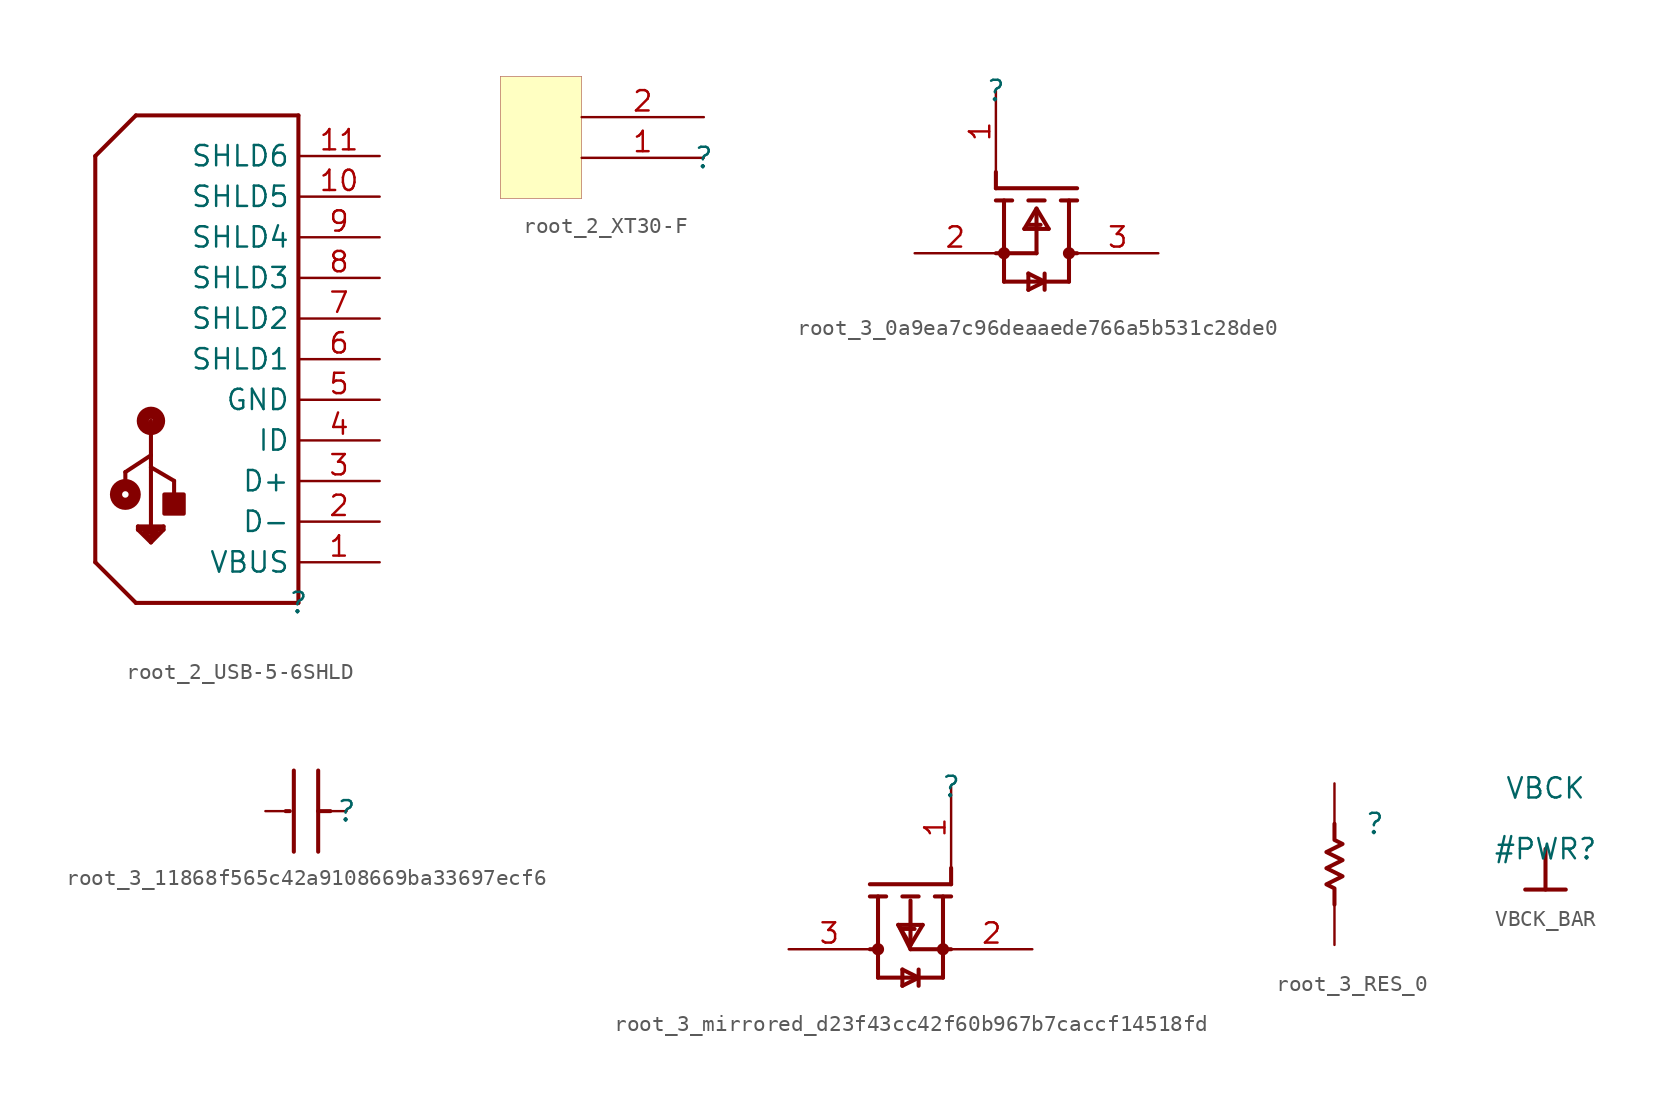
<source format=kicad_sym>
(kicad_symbol_lib
  (version 20231120)
  (generator "kicad_symbol_editor")
  (generator_version "8.0")
  (symbol "root_2_USB-5-6SHLD"
    (property "Reference" ""
      (at 0 0 0)
      (effects (font (size 1.27 1.27))))
    (property "Value" ""
      (at 0 0 0)
      (effects (font (size 1.27 1.27))))
    (symbol "root_2_USB-5-6SHLD_1_0"
      (circle (center -10.82 6.78) (radius 0.203) (stroke (width 0.762) (type solid)) (fill (type none)))
      (circle (center -9.22 11.38) (radius 0.508) (stroke (width 0.762) (type solid)) (fill (type none)))
      (rectangle (start -7.17 6.78) (end -8.382 5.58) (stroke (width 0.254) (type solid)) (fill (type outline)))
      (polyline (pts (xy -12.7 27.94) (xy -12.7 2.54)) (stroke (width 0.254) (type solid)) (fill (type none)))
      (polyline (pts (xy -12.7 27.94) (xy -10.16 30.48)) (stroke (width 0.254) (type solid)) (fill (type none)))
      (polyline (pts (xy -10.82 8.18) (xy -10.82 7.18)) (stroke (width 0.254) (type solid)) (fill (type none)))
      (polyline (pts (xy -10.16 0) (xy -12.7 2.54)) (stroke (width 0.254) (type solid)) (fill (type none)))
      (polyline (pts (xy -10.16 0) (xy 0 0)) (stroke (width 0.254) (type solid)) (fill (type none)))
      (polyline (pts (xy -10.033 4.58) (xy -9.22 3.78)) (stroke (width 0.254) (type solid)) (fill (type none)))
      (polyline (pts (xy -10.033 4.58) (xy -8.636 4.58)) (stroke (width 0.254) (type solid)) (fill (type none)))
      (polyline (pts (xy -10.033 4.78) (xy -10.033 4.58)) (stroke (width 0.254) (type solid)) (fill (type none)))
      (polyline (pts (xy -9.627 4.38) (xy -8.839 4.38)) (stroke (width 0.254) (type solid)) (fill (type none)))
      (polyline (pts (xy -9.22 3.78) (xy -8.433 4.58)) (stroke (width 0.254) (type solid)) (fill (type none)))
      (polyline (pts (xy -9.22 3.98) (xy -9.627 4.38)) (stroke (width 0.254) (type solid)) (fill (type none)))
      (polyline (pts (xy -9.22 4.78) (xy -10.033 4.78)) (stroke (width 0.254) (type solid)) (fill (type none)))
      (polyline (pts (xy -9.22 4.78) (xy -9.22 8.48)) (stroke (width 0.254) (type solid)) (fill (type none)))
      (polyline (pts (xy -9.22 8.48) (xy -9.22 9.23)) (stroke (width 0.254) (type solid)) (fill (type none)))
      (polyline (pts (xy -9.22 8.48) (xy -7.772 7.63)) (stroke (width 0.254) (type solid)) (fill (type none)))
      (polyline (pts (xy -9.22 9.23) (xy -10.82 8.18)) (stroke (width 0.254) (type solid)) (fill (type none)))
      (polyline (pts (xy -9.22 9.23) (xy -9.22 11.38)) (stroke (width 0.254) (type solid)) (fill (type none)))
      (polyline (pts (xy -9.042 4.18) (xy -9.22 4.18)) (stroke (width 0.254) (type solid)) (fill (type none)))
      (polyline (pts (xy -8.839 4.38) (xy -9.042 4.18)) (stroke (width 0.254) (type solid)) (fill (type none)))
      (polyline (pts (xy -8.433 4.58) (xy -8.433 4.78)) (stroke (width 0.254) (type solid)) (fill (type none)))
      (polyline (pts (xy -8.433 4.78) (xy -9.22 4.78)) (stroke (width 0.254) (type solid)) (fill (type none)))
      (polyline (pts (xy -7.772 7.63) (xy -7.772 6.43)) (stroke (width 0.254) (type solid)) (fill (type none)))
      (polyline (pts (xy 0 0) (xy 0 30.48)) (stroke (width 0.254) (type solid)) (fill (type none)))
      (polyline (pts (xy 0 30.48) (xy -10.16 30.48)) (stroke (width 0.254) (type solid)) (fill (type none)))
      (pin passive line (at 5.08 2.54 180) (length 5.08) (name "VBUS" (effects (font (size 1.27 1.27)))) (number "1" (effects (font (size 1.27 1.27)))))
      (pin passive line (at 5.08 25.4 180) (length 5.08) (name "SHLD5" (effects (font (size 1.27 1.27)))) (number "10" (effects (font (size 1.27 1.27)))))
      (pin passive line (at 5.08 27.94 180) (length 5.08) (name "SHLD6" (effects (font (size 1.27 1.27)))) (number "11" (effects (font (size 1.27 1.27)))))
      (pin passive line (at 5.08 5.08 180) (length 5.08) (name "D-" (effects (font (size 1.27 1.27)))) (number "2" (effects (font (size 1.27 1.27)))))
      (pin passive line (at 5.08 7.62 180) (length 5.08) (name "D+" (effects (font (size 1.27 1.27)))) (number "3" (effects (font (size 1.27 1.27)))))
      (pin passive line (at 5.08 10.16 180) (length 5.08) (name "ID" (effects (font (size 1.27 1.27)))) (number "4" (effects (font (size 1.27 1.27)))))
      (pin passive line (at 5.08 12.7 180) (length 5.08) (name "GND" (effects (font (size 1.27 1.27)))) (number "5" (effects (font (size 1.27 1.27)))))
      (pin passive line (at 5.08 15.24 180) (length 5.08) (name "SHLD1" (effects (font (size 1.27 1.27)))) (number "6" (effects (font (size 1.27 1.27)))))
      (pin passive line (at 5.08 17.78 180) (length 5.08) (name "SHLD2" (effects (font (size 1.27 1.27)))) (number "7" (effects (font (size 1.27 1.27)))))
      (pin passive line (at 5.08 20.32 180) (length 5.08) (name "SHLD3" (effects (font (size 1.27 1.27)))) (number "8" (effects (font (size 1.27 1.27)))))
      (pin passive line (at 5.08 22.86 180) (length 5.08) (name "SHLD4" (effects (font (size 1.27 1.27)))) (number "9" (effects (font (size 1.27 1.27)))))))
  (symbol "root_2_XT30-F"
    (property "Reference" ""
      (at 0 0 0)
      (effects (font (size 1.27 1.27))))
    (property "Value" ""
      (at 0 0 0)
      (effects (font (size 1.27 1.27))))
    (symbol "root_2_XT30-F_1_0"
      (rectangle (start -7.62 5.08) (end -12.7 -2.54) (stroke (width 0.025) (type solid) (color 128 0 0 1)) (fill (type background)))
      (pin power_in line (at 0 0 180) (length 7.62) (name "GND" (effects (font (size 0 0)))) (number "1" (effects (font (size 1.27 1.27)))))
      (pin power_in line (at 0 2.54 180) (length 7.62) (name "Power" (effects (font (size 0 0)))) (number "2" (effects (font (size 1.27 1.27)))))))
  (symbol "root_3_0a9ea7c96deaaede766a5b531c28de0"
    (property "Reference" ""
      (at 0 0 0)
      (effects (font (size 1.27 1.27))))
    (property "Value" ""
      (at 0 0 0)
      (effects (font (size 1.27 1.27))))
    (symbol "root_3_0a9ea7c96deaaede766a5b531c28de0_1_0"
      (polyline (pts (xy 0 -6.096) (xy 0 -5.08)) (stroke (width 0.254) (type solid)) (fill (type none)))
      (polyline (pts (xy 0 -6.096) (xy 5.08 -6.096)) (stroke (width 0.254) (type solid)) (fill (type none)))
      (polyline (pts (xy 0.508 -11.938) (xy 4.572 -11.938)) (stroke (width 0.254) (type solid)) (fill (type none)))
      (polyline (pts (xy 0.508 -10.16) (xy 0.508 -11.938)) (stroke (width 0.254) (type solid)) (fill (type none)))
      (polyline (pts (xy 0.508 -6.858) (xy 0.508 -10.16)) (stroke (width 0.254) (type solid)) (fill (type none)))
      (polyline (pts (xy 1.016 -6.858) (xy 0 -6.858)) (stroke (width 0.254) (type solid)) (fill (type none)))
      (polyline (pts (xy 2.032 -12.446) (xy 3.048 -11.938)) (stroke (width 0.254) (type solid)) (fill (type none)))
      (polyline (pts (xy 2.032 -11.43) (xy 2.032 -12.446)) (stroke (width 0.254) (type solid)) (fill (type none)))
      (polyline (pts (xy 2.54 -10.16) (xy 0 -10.16)) (stroke (width 0.254) (type solid)) (fill (type none)))
      (polyline (pts (xy 2.54 -7.62) (xy 2.54 -10.16)) (stroke (width 0.254) (type solid)) (fill (type none)))
      (polyline (pts (xy 2.54 -7.366) (xy 1.778 -8.636)) (stroke (width 0.254) (type solid)) (fill (type none)))
      (polyline (pts (xy 2.54 -7.366) (xy 3.302 -8.636)) (stroke (width 0.254) (type solid)) (fill (type none)))
      (polyline (pts (xy 2.794 -8.382) (xy 2.032 -8.382)) (stroke (width 0.254) (type solid)) (fill (type none)))
      (polyline (pts (xy 3.048 -11.938) (xy 2.032 -11.43)) (stroke (width 0.254) (type solid)) (fill (type none)))
      (polyline (pts (xy 3.048 -11.938) (xy 3.048 -12.446)) (stroke (width 0.254) (type solid)) (fill (type none)))
      (polyline (pts (xy 3.048 -11.938) (xy 3.048 -11.43)) (stroke (width 0.254) (type solid)) (fill (type none)))
      (polyline (pts (xy 3.048 -6.858) (xy 2.032 -6.858)) (stroke (width 0.254) (type solid)) (fill (type none)))
      (polyline (pts (xy 3.302 -8.636) (xy 1.778 -8.636)) (stroke (width 0.254) (type solid)) (fill (type none)))
      (polyline (pts (xy 4.064 -6.858) (xy 5.08 -6.858)) (stroke (width 0.254) (type solid)) (fill (type none)))
      (polyline (pts (xy 4.572 -11.938) (xy 4.572 -10.16)) (stroke (width 0.254) (type solid)) (fill (type none)))
      (polyline (pts (xy 4.572 -10.16) (xy 5.08 -10.16)) (stroke (width 0.254) (type solid)) (fill (type none)))
      (polyline (pts (xy 4.572 -6.858) (xy 4.572 -10.16)) (stroke (width 0.254) (type solid)) (fill (type none)))
      (circle (center 0.508 -10.16) (radius 0.254) (stroke (width 0.254) (type solid)) (fill (type none)))
      (circle (center 4.572 -10.16) (radius 0.254) (stroke (width 0.254) (type solid)) (fill (type none)))
      (pin passive line (at 0 0 270) (length 5.08) (name "G" (effects (font (size 0 0)))) (number "1" (effects (font (size 1.27 1.27)))))
      (pin passive line (at -5.08 -10.16 0) (length 5.08) (name "S" (effects (font (size 0 0)))) (number "2" (effects (font (size 1.27 1.27)))))
      (pin passive line (at 10.16 -10.16 180) (length 5.08) (name "D" (effects (font (size 0 0)))) (number "3" (effects (font (size 1.27 1.27)))))))
  (symbol "root_3_11868f565c42a9108669ba33697ecf6"
    (property "Reference" ""
      (at 0 0 0)
      (effects (font (size 1.27 1.27))))
    (property "Value" ""
      (at 0 0 0)
      (effects (font (size 1.27 1.27))))
    (symbol "root_3_11868f565c42a9108669ba33697ecf6_1_0"
      (polyline (pts (xy -3.556 0) (xy -3.81 0)) (stroke (width 0.254) (type solid)) (fill (type none)))
      (polyline (pts (xy -3.302 -2.54) (xy -3.302 2.54)) (stroke (width 0.254) (type solid)) (fill (type none)))
      (polyline (pts (xy -1.778 -2.54) (xy -1.778 2.54)) (stroke (width 0.254) (type solid)) (fill (type none)))
      (polyline (pts (xy -1.778 0) (xy -1.016 0)) (stroke (width 0.254) (type solid)) (fill (type none)))
      (pin passive line (at 0 0 180) (length 1.778) (name "1" (effects (font (size 0 0)))) (number "1" (effects (font (size 0 0)))))
      (pin passive line (at -5.08 0 0) (length 1.524) (name "2" (effects (font (size 0 0)))) (number "2" (effects (font (size 0 0)))))))
  (symbol "root_3_mirrored_d23f43cc42f60b967b7caccf14518fd"
    (property "Reference" ""
      (at 0 0 0)
      (effects (font (size 1.27 1.27))))
    (property "Value" ""
      (at 0 0 0)
      (effects (font (size 1.27 1.27))))
    (symbol "root_3_mirrored_d23f43cc42f60b967b7caccf14518fd_1_0"
      (circle (center -4.572 -10.16) (radius 0.254) (stroke (width 0.254) (type solid)) (fill (type none)))
      (circle (center -0.508 -10.16) (radius 0.254) (stroke (width 0.254) (type solid)) (fill (type none)))
      (polyline (pts (xy -4.572 -11.938) (xy -4.572 -10.16)) (stroke (width 0.254) (type solid)) (fill (type none)))
      (polyline (pts (xy -4.572 -11.938) (xy -0.508 -11.938)) (stroke (width 0.254) (type solid)) (fill (type none)))
      (polyline (pts (xy -4.572 -10.16) (xy -5.08 -10.16)) (stroke (width 0.254) (type solid)) (fill (type none)))
      (polyline (pts (xy -4.572 -6.858) (xy -4.572 -10.16)) (stroke (width 0.254) (type solid)) (fill (type none)))
      (polyline (pts (xy -4.064 -6.858) (xy -5.08 -6.858)) (stroke (width 0.254) (type solid)) (fill (type none)))
      (polyline (pts (xy -3.048 -12.446) (xy -3.048 -11.43)) (stroke (width 0.254) (type solid)) (fill (type none)))
      (polyline (pts (xy -3.048 -11.43) (xy -2.032 -11.938)) (stroke (width 0.254) (type solid)) (fill (type none)))
      (polyline (pts (xy -3.048 -6.858) (xy -2.032 -6.858)) (stroke (width 0.254) (type solid)) (fill (type none)))
      (polyline (pts (xy -2.54 -10.16) (xy -3.302 -8.636)) (stroke (width 0.254) (type solid)) (fill (type none)))
      (polyline (pts (xy -2.54 -10.16) (xy 0 -10.16)) (stroke (width 0.254) (type solid)) (fill (type none)))
      (polyline (pts (xy -2.54 -9.906) (xy -3.302 -8.636)) (stroke (width 0.254) (type solid)) (fill (type none)))
      (polyline (pts (xy -2.54 -9.906) (xy -1.778 -8.636)) (stroke (width 0.254) (type solid)) (fill (type none)))
      (polyline (pts (xy -2.54 -9.652) (xy -2.54 -7.112)) (stroke (width 0.254) (type solid)) (fill (type none)))
      (polyline (pts (xy -2.286 -8.89) (xy -3.048 -8.89)) (stroke (width 0.254) (type solid)) (fill (type none)))
      (polyline (pts (xy -2.032 -11.938) (xy -3.048 -12.446)) (stroke (width 0.254) (type solid)) (fill (type none)))
      (polyline (pts (xy -2.032 -11.938) (xy -2.032 -12.446)) (stroke (width 0.254) (type solid)) (fill (type none)))
      (polyline (pts (xy -2.032 -11.938) (xy -2.032 -11.43)) (stroke (width 0.254) (type solid)) (fill (type none)))
      (polyline (pts (xy -1.778 -8.636) (xy -3.302 -8.636)) (stroke (width 0.254) (type solid)) (fill (type none)))
      (polyline (pts (xy -1.016 -6.858) (xy 0 -6.858)) (stroke (width 0.254) (type solid)) (fill (type none)))
      (polyline (pts (xy -0.508 -10.16) (xy -0.508 -11.938)) (stroke (width 0.254) (type solid)) (fill (type none)))
      (polyline (pts (xy -0.508 -6.858) (xy -0.508 -10.16)) (stroke (width 0.254) (type solid)) (fill (type none)))
      (polyline (pts (xy 0 -6.096) (xy -5.08 -6.096)) (stroke (width 0.254) (type solid)) (fill (type none)))
      (polyline (pts (xy 0 -6.096) (xy 0 -5.08)) (stroke (width 0.254) (type solid)) (fill (type none)))
      (pin passive line (at 0 0 270) (length 5.08) (name "G" (effects (font (size 0 0)))) (number "1" (effects (font (size 1.27 1.27)))))
      (pin passive line (at 5.08 -10.16 180) (length 5.08) (name "S" (effects (font (size 0 0)))) (number "2" (effects (font (size 1.27 1.27)))))
      (pin passive line (at -10.16 -10.16 0) (length 5.08) (name "D" (effects (font (size 0 0)))) (number "3" (effects (font (size 1.27 1.27)))))))
  (symbol "root_3_RES_0"
    (property "Reference" ""
      (at 0 0 0)
      (effects (font (size 1.27 1.27))))
    (property "Value" ""
      (at 0 0 0)
      (effects (font (size 1.27 1.27))))
    (symbol "root_3_RES_0_1_0"
      (polyline (pts (xy -2.54 -5.08) (xy -2.54 -4.064) (xy -3.048 -3.81) (xy -2.032 -3.302) (xy -3.048 -2.794) (xy -2.032 -2.286) (xy -3.048 -1.778) (xy -2.032 -1.27) (xy -2.54 -1.016) (xy -2.54 0)) (stroke (width 0.254) (type solid)) (fill (type none)))
      (pin passive line (at -2.54 2.54 270) (length 2.54) (name "1" (effects (font (size 0 0)))) (number "1" (effects (font (size 0 0)))))
      (pin passive line (at -2.54 -7.62 90) (length 2.54) (name "2" (effects (font (size 0 0)))) (number "2" (effects (font (size 0 0)))))))
  (symbol "VBCK_BAR"
    (power)
    (property "Reference" "#PWR"
      (at 0 0 0)
      (effects (font (size 1.27 1.27))))
    (property "Value" "VBCK"
      (at 0 3.81 0)
      (effects (font (size 1.27 1.27))))
    (symbol "VBCK_BAR_0_0"
      (polyline (pts (xy -1.27 -2.54) (xy 1.27 -2.54)) (stroke (width 0.254) (type solid)) (fill (type none)))
      (polyline (pts (xy 0 0) (xy 0 -2.54)) (stroke (width 0.254) (type solid)) (fill (type none)))
      (pin power_in line (at 0 0 0) (length 0) hide (name "VBCK" (effects (font (size 1.27 1.27)))) (number "" (effects (font (size 1.27 1.27))))))))
</source>
